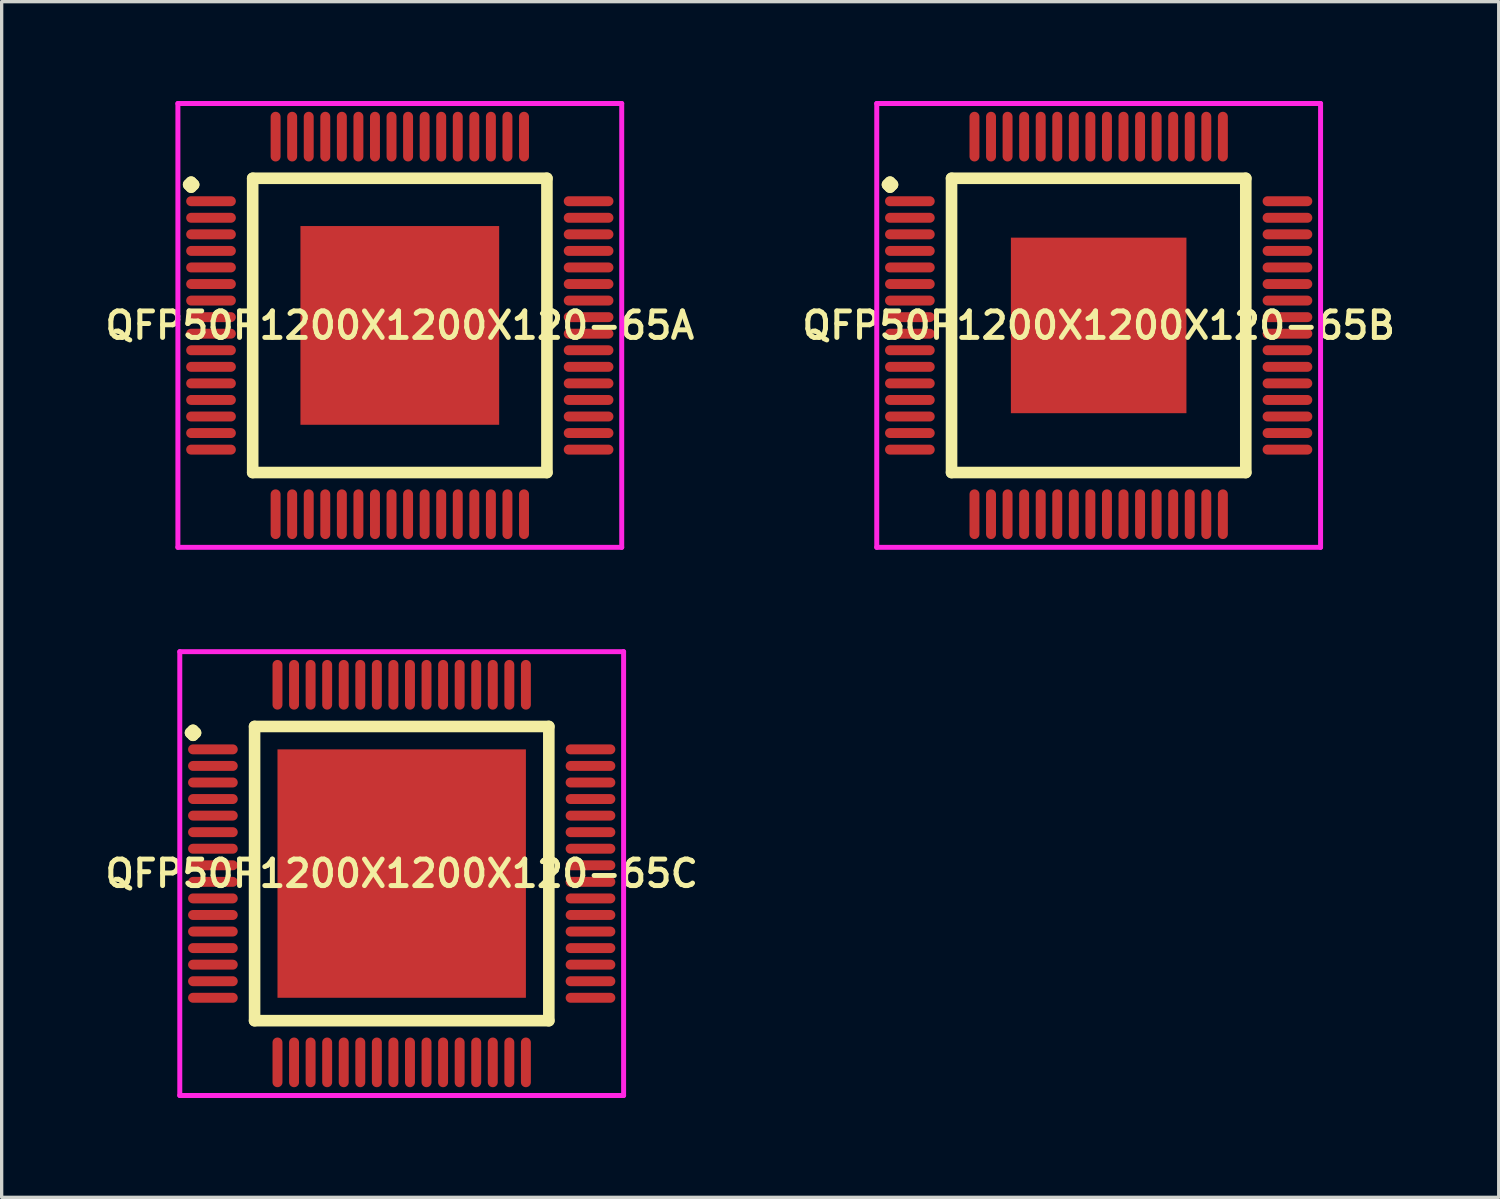
<source format=kicad_pcb>
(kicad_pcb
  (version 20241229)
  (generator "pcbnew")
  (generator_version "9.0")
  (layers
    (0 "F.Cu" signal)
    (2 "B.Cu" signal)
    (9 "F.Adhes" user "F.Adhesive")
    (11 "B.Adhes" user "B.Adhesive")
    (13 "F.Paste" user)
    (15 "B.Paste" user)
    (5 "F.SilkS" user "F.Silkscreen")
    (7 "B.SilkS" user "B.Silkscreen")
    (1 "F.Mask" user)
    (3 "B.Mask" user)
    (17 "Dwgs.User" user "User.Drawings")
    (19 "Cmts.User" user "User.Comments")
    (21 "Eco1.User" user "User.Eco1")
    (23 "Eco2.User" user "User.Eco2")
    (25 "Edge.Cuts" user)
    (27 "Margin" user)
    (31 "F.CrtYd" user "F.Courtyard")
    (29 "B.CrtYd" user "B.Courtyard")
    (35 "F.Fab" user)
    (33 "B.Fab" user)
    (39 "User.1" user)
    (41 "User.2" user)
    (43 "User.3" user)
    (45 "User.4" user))
  (footprint "QFP50P1200X1200X120-65C"
    (layer "F.Cu")
    (at 9.078 23.325)
    (property "Reference" "QFP50P1200X1200X120-65C" (at 0 0 0) (layer "F.SilkS") (effects (font (size 0.8 0.8) (thickness 0.15))))
    (attr smd)
    (fp_line (start -6.375 -4.25) (end -6.3 -4.325) (stroke (width 0.35) (type solid)) (layer "F.SilkS"))
    (fp_line (start -6.3 -4.325) (end -6.225 -4.25) (stroke (width 0.35) (type solid)) (layer "F.SilkS"))
    (fp_line (start -6.3 -4.175) (end -6.375 -4.25) (stroke (width 0.35) (type solid)) (layer "F.SilkS"))
    (fp_line (start -6.225 -4.25) (end -6.3 -4.175) (stroke (width 0.35) (type solid)) (layer "F.SilkS"))
    (fp_line (start -4.442 -4.442) (end -4.442 4.442) (stroke (width 0.35) (type solid)) (layer "F.SilkS"))
    (fp_line (start -4.442 4.442) (end 4.442 4.442) (stroke (width 0.35) (type solid)) (layer "F.SilkS"))
    (fp_line (start 4.442 -4.442) (end -4.442 -4.442) (stroke (width 0.35) (type solid)) (layer "F.SilkS"))
    (fp_line (start 4.442 4.442) (end 4.442 -4.442) (stroke (width 0.35) (type solid)) (layer "F.SilkS"))
    (fp_line (start -6.7 -6.7) (end 6.7 -6.7) (stroke (width 0.15) (type solid)) (layer "F.CrtYd"))
    (fp_line (start -6.7 6.7) (end -6.7 -6.7) (stroke (width 0.15) (type solid)) (layer "F.CrtYd"))
    (fp_line (start 6.7 -6.7) (end 6.7 6.7) (stroke (width 0.15) (type solid)) (layer "F.CrtYd"))
    (fp_line (start 6.7 6.7) (end -6.7 6.7) (stroke (width 0.15) (type solid)) (layer "F.CrtYd"))
    (pad "1" smd oval (at -5.7 -3.75) (size 1.5 0.3) (layers "F.Cu" "F.Mask" "F.Paste"))
    (pad "2" smd oval (at -5.7 -3.25) (size 1.5 0.3) (layers "F.Cu" "F.Mask" "F.Paste"))
    (pad "3" smd oval (at -5.7 -2.75) (size 1.5 0.3) (layers "F.Cu" "F.Mask" "F.Paste"))
    (pad "4" smd oval (at -5.7 -2.25) (size 1.5 0.3) (layers "F.Cu" "F.Mask" "F.Paste"))
    (pad "5" smd oval (at -5.7 -1.75) (size 1.5 0.3) (layers "F.Cu" "F.Mask" "F.Paste"))
    (pad "6" smd oval (at -5.7 -1.25) (size 1.5 0.3) (layers "F.Cu" "F.Mask" "F.Paste"))
    (pad "7" smd oval (at -5.7 -0.75) (size 1.5 0.3) (layers "F.Cu" "F.Mask" "F.Paste"))
    (pad "8" smd oval (at -5.7 -0.25) (size 1.5 0.3) (layers "F.Cu" "F.Mask" "F.Paste"))
    (pad "9" smd oval (at -5.7 0.25) (size 1.5 0.3) (layers "F.Cu" "F.Mask" "F.Paste"))
    (pad "10" smd oval (at -5.7 0.75) (size 1.5 0.3) (layers "F.Cu" "F.Mask" "F.Paste"))
    (pad "11" smd oval (at -5.7 1.25) (size 1.5 0.3) (layers "F.Cu" "F.Mask" "F.Paste"))
    (pad "12" smd oval (at -5.7 1.75) (size 1.5 0.3) (layers "F.Cu" "F.Mask" "F.Paste"))
    (pad "13" smd oval (at -5.7 2.25) (size 1.5 0.3) (layers "F.Cu" "F.Mask" "F.Paste"))
    (pad "14" smd oval (at -5.7 2.75) (size 1.5 0.3) (layers "F.Cu" "F.Mask" "F.Paste"))
    (pad "15" smd oval (at -5.7 3.25) (size 1.5 0.3) (layers "F.Cu" "F.Mask" "F.Paste"))
    (pad "16" smd oval (at -5.7 3.75) (size 1.5 0.3) (layers "F.Cu" "F.Mask" "F.Paste"))
    (pad "17" smd oval (at -3.75 5.7) (size 0.3 1.5) (layers "F.Cu" "F.Mask" "F.Paste"))
    (pad "18" smd oval (at -3.25 5.7) (size 0.3 1.5) (layers "F.Cu" "F.Mask" "F.Paste"))
    (pad "19" smd oval (at -2.75 5.7) (size 0.3 1.5) (layers "F.Cu" "F.Mask" "F.Paste"))
    (pad "20" smd oval (at -2.25 5.7) (size 0.3 1.5) (layers "F.Cu" "F.Mask" "F.Paste"))
    (pad "21" smd oval (at -1.75 5.7) (size 0.3 1.5) (layers "F.Cu" "F.Mask" "F.Paste"))
    (pad "22" smd oval (at -1.25 5.7) (size 0.3 1.5) (layers "F.Cu" "F.Mask" "F.Paste"))
    (pad "23" smd oval (at -0.75 5.7) (size 0.3 1.5) (layers "F.Cu" "F.Mask" "F.Paste"))
    (pad "24" smd oval (at -0.25 5.7) (size 0.3 1.5) (layers "F.Cu" "F.Mask" "F.Paste"))
    (pad "25" smd oval (at 0.25 5.7) (size 0.3 1.5) (layers "F.Cu" "F.Mask" "F.Paste"))
    (pad "26" smd oval (at 0.75 5.7) (size 0.3 1.5) (layers "F.Cu" "F.Mask" "F.Paste"))
    (pad "27" smd oval (at 1.25 5.7) (size 0.3 1.5) (layers "F.Cu" "F.Mask" "F.Paste"))
    (pad "28" smd oval (at 1.75 5.7) (size 0.3 1.5) (layers "F.Cu" "F.Mask" "F.Paste"))
    (pad "29" smd oval (at 2.25 5.7) (size 0.3 1.5) (layers "F.Cu" "F.Mask" "F.Paste"))
    (pad "30" smd oval (at 2.75 5.7) (size 0.3 1.5) (layers "F.Cu" "F.Mask" "F.Paste"))
    (pad "31" smd oval (at 3.25 5.7) (size 0.3 1.5) (layers "F.Cu" "F.Mask" "F.Paste"))
    (pad "32" smd oval (at 3.75 5.7) (size 0.3 1.5) (layers "F.Cu" "F.Mask" "F.Paste"))
    (pad "33" smd oval (at 5.7 3.75) (size 1.5 0.3) (layers "F.Cu" "F.Mask" "F.Paste"))
    (pad "34" smd oval (at 5.7 3.25) (size 1.5 0.3) (layers "F.Cu" "F.Mask" "F.Paste"))
    (pad "35" smd oval (at 5.7 2.75) (size 1.5 0.3) (layers "F.Cu" "F.Mask" "F.Paste"))
    (pad "36" smd oval (at 5.7 2.25) (size 1.5 0.3) (layers "F.Cu" "F.Mask" "F.Paste"))
    (pad "37" smd oval (at 5.7 1.75) (size 1.5 0.3) (layers "F.Cu" "F.Mask" "F.Paste"))
    (pad "38" smd oval (at 5.7 1.25) (size 1.5 0.3) (layers "F.Cu" "F.Mask" "F.Paste"))
    (pad "39" smd oval (at 5.7 0.75) (size 1.5 0.3) (layers "F.Cu" "F.Mask" "F.Paste"))
    (pad "40" smd oval (at 5.7 0.25) (size 1.5 0.3) (layers "F.Cu" "F.Mask" "F.Paste"))
    (pad "41" smd oval (at 5.7 -0.25) (size 1.5 0.3) (layers "F.Cu" "F.Mask" "F.Paste"))
    (pad "42" smd oval (at 5.7 -0.75) (size 1.5 0.3) (layers "F.Cu" "F.Mask" "F.Paste"))
    (pad "43" smd oval (at 5.7 -1.25) (size 1.5 0.3) (layers "F.Cu" "F.Mask" "F.Paste"))
    (pad "44" smd oval (at 5.7 -1.75) (size 1.5 0.3) (layers "F.Cu" "F.Mask" "F.Paste"))
    (pad "45" smd oval (at 5.7 -2.25) (size 1.5 0.3) (layers "F.Cu" "F.Mask" "F.Paste"))
    (pad "46" smd oval (at 5.7 -2.75) (size 1.5 0.3) (layers "F.Cu" "F.Mask" "F.Paste"))
    (pad "47" smd oval (at 5.7 -3.25) (size 1.5 0.3) (layers "F.Cu" "F.Mask" "F.Paste"))
    (pad "48" smd oval (at 5.7 -3.75) (size 1.5 0.3) (layers "F.Cu" "F.Mask" "F.Paste"))
    (pad "49" smd oval (at 3.75 -5.7) (size 0.3 1.5) (layers "F.Cu" "F.Mask" "F.Paste"))
    (pad "50" smd oval (at 3.25 -5.7) (size 0.3 1.5) (layers "F.Cu" "F.Mask" "F.Paste"))
    (pad "51" smd oval (at 2.75 -5.7) (size 0.3 1.5) (layers "F.Cu" "F.Mask" "F.Paste"))
    (pad "52" smd oval (at 2.25 -5.7) (size 0.3 1.5) (layers "F.Cu" "F.Mask" "F.Paste"))
    (pad "53" smd oval (at 1.75 -5.7) (size 0.3 1.5) (layers "F.Cu" "F.Mask" "F.Paste"))
    (pad "54" smd oval (at 1.25 -5.7) (size 0.3 1.5) (layers "F.Cu" "F.Mask" "F.Paste"))
    (pad "55" smd oval (at 0.75 -5.7) (size 0.3 1.5) (layers "F.Cu" "F.Mask" "F.Paste"))
    (pad "56" smd oval (at 0.25 -5.7) (size 0.3 1.5) (layers "F.Cu" "F.Mask" "F.Paste"))
    (pad "57" smd oval (at -0.25 -5.7) (size 0.3 1.5) (layers "F.Cu" "F.Mask" "F.Paste"))
    (pad "58" smd oval (at -0.75 -5.7) (size 0.3 1.5) (layers "F.Cu" "F.Mask" "F.Paste"))
    (pad "59" smd oval (at -1.25 -5.7) (size 0.3 1.5) (layers "F.Cu" "F.Mask" "F.Paste"))
    (pad "60" smd oval (at -1.75 -5.7) (size 0.3 1.5) (layers "F.Cu" "F.Mask" "F.Paste"))
    (pad "61" smd oval (at -2.25 -5.7) (size 0.3 1.5) (layers "F.Cu" "F.Mask" "F.Paste"))
    (pad "62" smd oval (at -2.75 -5.7) (size 0.3 1.5) (layers "F.Cu" "F.Mask" "F.Paste"))
    (pad "63" smd oval (at -3.25 -5.7) (size 0.3 1.5) (layers "F.Cu" "F.Mask" "F.Paste"))
    (pad "64" smd oval (at -3.75 -5.7) (size 0.3 1.5) (layers "F.Cu" "F.Mask" "F.Paste"))
    (pad "65" smd rect (at 0 0) (size 7.5 7.5) (layers "F.Cu" "F.Mask" "F.Paste")))
  (footprint "QFP50P1200X1200X120-65A"
    (layer "F.Cu")
    (at 9.021 6.775)
    (property "Reference" "QFP50P1200X1200X120-65A" (at 0 0 0) (layer "F.SilkS") (effects (font (size 0.8 0.8) (thickness 0.15))))
    (attr smd)
    (fp_line (start -6.375 -4.25) (end -6.3 -4.325) (stroke (width 0.35) (type solid)) (layer "F.SilkS"))
    (fp_line (start -6.3 -4.325) (end -6.225 -4.25) (stroke (width 0.35) (type solid)) (layer "F.SilkS"))
    (fp_line (start -6.3 -4.175) (end -6.375 -4.25) (stroke (width 0.35) (type solid)) (layer "F.SilkS"))
    (fp_line (start -6.225 -4.25) (end -6.3 -4.175) (stroke (width 0.35) (type solid)) (layer "F.SilkS"))
    (fp_line (start -4.442 -4.442) (end -4.442 4.442) (stroke (width 0.35) (type solid)) (layer "F.SilkS"))
    (fp_line (start -4.442 4.442) (end 4.442 4.442) (stroke (width 0.35) (type solid)) (layer "F.SilkS"))
    (fp_line (start 4.442 -4.442) (end -4.442 -4.442) (stroke (width 0.35) (type solid)) (layer "F.SilkS"))
    (fp_line (start 4.442 4.442) (end 4.442 -4.442) (stroke (width 0.35) (type solid)) (layer "F.SilkS"))
    (fp_line (start -6.7 -6.7) (end 6.7 -6.7) (stroke (width 0.15) (type solid)) (layer "F.CrtYd"))
    (fp_line (start -6.7 6.7) (end -6.7 -6.7) (stroke (width 0.15) (type solid)) (layer "F.CrtYd"))
    (fp_line (start 6.7 -6.7) (end 6.7 6.7) (stroke (width 0.15) (type solid)) (layer "F.CrtYd"))
    (fp_line (start 6.7 6.7) (end -6.7 6.7) (stroke (width 0.15) (type solid)) (layer "F.CrtYd"))
    (pad "1" smd oval (at -5.7 -3.75) (size 1.5 0.3) (layers "F.Cu" "F.Mask" "F.Paste"))
    (pad "2" smd oval (at -5.7 -3.25) (size 1.5 0.3) (layers "F.Cu" "F.Mask" "F.Paste"))
    (pad "3" smd oval (at -5.7 -2.75) (size 1.5 0.3) (layers "F.Cu" "F.Mask" "F.Paste"))
    (pad "4" smd oval (at -5.7 -2.25) (size 1.5 0.3) (layers "F.Cu" "F.Mask" "F.Paste"))
    (pad "5" smd oval (at -5.7 -1.75) (size 1.5 0.3) (layers "F.Cu" "F.Mask" "F.Paste"))
    (pad "6" smd oval (at -5.7 -1.25) (size 1.5 0.3) (layers "F.Cu" "F.Mask" "F.Paste"))
    (pad "7" smd oval (at -5.7 -0.75) (size 1.5 0.3) (layers "F.Cu" "F.Mask" "F.Paste"))
    (pad "8" smd oval (at -5.7 -0.25) (size 1.5 0.3) (layers "F.Cu" "F.Mask" "F.Paste"))
    (pad "9" smd oval (at -5.7 0.25) (size 1.5 0.3) (layers "F.Cu" "F.Mask" "F.Paste"))
    (pad "10" smd oval (at -5.7 0.75) (size 1.5 0.3) (layers "F.Cu" "F.Mask" "F.Paste"))
    (pad "11" smd oval (at -5.7 1.25) (size 1.5 0.3) (layers "F.Cu" "F.Mask" "F.Paste"))
    (pad "12" smd oval (at -5.7 1.75) (size 1.5 0.3) (layers "F.Cu" "F.Mask" "F.Paste"))
    (pad "13" smd oval (at -5.7 2.25) (size 1.5 0.3) (layers "F.Cu" "F.Mask" "F.Paste"))
    (pad "14" smd oval (at -5.7 2.75) (size 1.5 0.3) (layers "F.Cu" "F.Mask" "F.Paste"))
    (pad "15" smd oval (at -5.7 3.25) (size 1.5 0.3) (layers "F.Cu" "F.Mask" "F.Paste"))
    (pad "16" smd oval (at -5.7 3.75) (size 1.5 0.3) (layers "F.Cu" "F.Mask" "F.Paste"))
    (pad "17" smd oval (at -3.75 5.7) (size 0.3 1.5) (layers "F.Cu" "F.Mask" "F.Paste"))
    (pad "18" smd oval (at -3.25 5.7) (size 0.3 1.5) (layers "F.Cu" "F.Mask" "F.Paste"))
    (pad "19" smd oval (at -2.75 5.7) (size 0.3 1.5) (layers "F.Cu" "F.Mask" "F.Paste"))
    (pad "20" smd oval (at -2.25 5.7) (size 0.3 1.5) (layers "F.Cu" "F.Mask" "F.Paste"))
    (pad "21" smd oval (at -1.75 5.7) (size 0.3 1.5) (layers "F.Cu" "F.Mask" "F.Paste"))
    (pad "22" smd oval (at -1.25 5.7) (size 0.3 1.5) (layers "F.Cu" "F.Mask" "F.Paste"))
    (pad "23" smd oval (at -0.75 5.7) (size 0.3 1.5) (layers "F.Cu" "F.Mask" "F.Paste"))
    (pad "24" smd oval (at -0.25 5.7) (size 0.3 1.5) (layers "F.Cu" "F.Mask" "F.Paste"))
    (pad "25" smd oval (at 0.25 5.7) (size 0.3 1.5) (layers "F.Cu" "F.Mask" "F.Paste"))
    (pad "26" smd oval (at 0.75 5.7) (size 0.3 1.5) (layers "F.Cu" "F.Mask" "F.Paste"))
    (pad "27" smd oval (at 1.25 5.7) (size 0.3 1.5) (layers "F.Cu" "F.Mask" "F.Paste"))
    (pad "28" smd oval (at 1.75 5.7) (size 0.3 1.5) (layers "F.Cu" "F.Mask" "F.Paste"))
    (pad "29" smd oval (at 2.25 5.7) (size 0.3 1.5) (layers "F.Cu" "F.Mask" "F.Paste"))
    (pad "30" smd oval (at 2.75 5.7) (size 0.3 1.5) (layers "F.Cu" "F.Mask" "F.Paste"))
    (pad "31" smd oval (at 3.25 5.7) (size 0.3 1.5) (layers "F.Cu" "F.Mask" "F.Paste"))
    (pad "32" smd oval (at 3.75 5.7) (size 0.3 1.5) (layers "F.Cu" "F.Mask" "F.Paste"))
    (pad "33" smd oval (at 5.7 3.75) (size 1.5 0.3) (layers "F.Cu" "F.Mask" "F.Paste"))
    (pad "34" smd oval (at 5.7 3.25) (size 1.5 0.3) (layers "F.Cu" "F.Mask" "F.Paste"))
    (pad "35" smd oval (at 5.7 2.75) (size 1.5 0.3) (layers "F.Cu" "F.Mask" "F.Paste"))
    (pad "36" smd oval (at 5.7 2.25) (size 1.5 0.3) (layers "F.Cu" "F.Mask" "F.Paste"))
    (pad "37" smd oval (at 5.7 1.75) (size 1.5 0.3) (layers "F.Cu" "F.Mask" "F.Paste"))
    (pad "38" smd oval (at 5.7 1.25) (size 1.5 0.3) (layers "F.Cu" "F.Mask" "F.Paste"))
    (pad "39" smd oval (at 5.7 0.75) (size 1.5 0.3) (layers "F.Cu" "F.Mask" "F.Paste"))
    (pad "40" smd oval (at 5.7 0.25) (size 1.5 0.3) (layers "F.Cu" "F.Mask" "F.Paste"))
    (pad "41" smd oval (at 5.7 -0.25) (size 1.5 0.3) (layers "F.Cu" "F.Mask" "F.Paste"))
    (pad "42" smd oval (at 5.7 -0.75) (size 1.5 0.3) (layers "F.Cu" "F.Mask" "F.Paste"))
    (pad "43" smd oval (at 5.7 -1.25) (size 1.5 0.3) (layers "F.Cu" "F.Mask" "F.Paste"))
    (pad "44" smd oval (at 5.7 -1.75) (size 1.5 0.3) (layers "F.Cu" "F.Mask" "F.Paste"))
    (pad "45" smd oval (at 5.7 -2.25) (size 1.5 0.3) (layers "F.Cu" "F.Mask" "F.Paste"))
    (pad "46" smd oval (at 5.7 -2.75) (size 1.5 0.3) (layers "F.Cu" "F.Mask" "F.Paste"))
    (pad "47" smd oval (at 5.7 -3.25) (size 1.5 0.3) (layers "F.Cu" "F.Mask" "F.Paste"))
    (pad "48" smd oval (at 5.7 -3.75) (size 1.5 0.3) (layers "F.Cu" "F.Mask" "F.Paste"))
    (pad "49" smd oval (at 3.75 -5.7) (size 0.3 1.5) (layers "F.Cu" "F.Mask" "F.Paste"))
    (pad "50" smd oval (at 3.25 -5.7) (size 0.3 1.5) (layers "F.Cu" "F.Mask" "F.Paste"))
    (pad "51" smd oval (at 2.75 -5.7) (size 0.3 1.5) (layers "F.Cu" "F.Mask" "F.Paste"))
    (pad "52" smd oval (at 2.25 -5.7) (size 0.3 1.5) (layers "F.Cu" "F.Mask" "F.Paste"))
    (pad "53" smd oval (at 1.75 -5.7) (size 0.3 1.5) (layers "F.Cu" "F.Mask" "F.Paste"))
    (pad "54" smd oval (at 1.25 -5.7) (size 0.3 1.5) (layers "F.Cu" "F.Mask" "F.Paste"))
    (pad "55" smd oval (at 0.75 -5.7) (size 0.3 1.5) (layers "F.Cu" "F.Mask" "F.Paste"))
    (pad "56" smd oval (at 0.25 -5.7) (size 0.3 1.5) (layers "F.Cu" "F.Mask" "F.Paste"))
    (pad "57" smd oval (at -0.25 -5.7) (size 0.3 1.5) (layers "F.Cu" "F.Mask" "F.Paste"))
    (pad "58" smd oval (at -0.75 -5.7) (size 0.3 1.5) (layers "F.Cu" "F.Mask" "F.Paste"))
    (pad "59" smd oval (at -1.25 -5.7) (size 0.3 1.5) (layers "F.Cu" "F.Mask" "F.Paste"))
    (pad "60" smd oval (at -1.75 -5.7) (size 0.3 1.5) (layers "F.Cu" "F.Mask" "F.Paste"))
    (pad "61" smd oval (at -2.25 -5.7) (size 0.3 1.5) (layers "F.Cu" "F.Mask" "F.Paste"))
    (pad "62" smd oval (at -2.75 -5.7) (size 0.3 1.5) (layers "F.Cu" "F.Mask" "F.Paste"))
    (pad "63" smd oval (at -3.25 -5.7) (size 0.3 1.5) (layers "F.Cu" "F.Mask" "F.Paste"))
    (pad "64" smd oval (at -3.75 -5.7) (size 0.3 1.5) (layers "F.Cu" "F.Mask" "F.Paste"))
    (pad "65" smd rect (at 0 0) (size 6 6) (layers "F.Cu" "F.Mask" "F.Paste")))
  (footprint "QFP50P1200X1200X120-65B"
    (layer "F.Cu")
    (at 30.121 6.775)
    (property "Reference" "QFP50P1200X1200X120-65B" (at 0 0 0) (layer "F.SilkS") (effects (font (size 0.8 0.8) (thickness 0.15))))
    (attr smd)
    (fp_line (start -6.375 -4.25) (end -6.3 -4.325) (stroke (width 0.35) (type solid)) (layer "F.SilkS"))
    (fp_line (start -6.3 -4.325) (end -6.225 -4.25) (stroke (width 0.35) (type solid)) (layer "F.SilkS"))
    (fp_line (start -6.3 -4.175) (end -6.375 -4.25) (stroke (width 0.35) (type solid)) (layer "F.SilkS"))
    (fp_line (start -6.225 -4.25) (end -6.3 -4.175) (stroke (width 0.35) (type solid)) (layer "F.SilkS"))
    (fp_line (start -4.442 -4.442) (end -4.442 4.442) (stroke (width 0.35) (type solid)) (layer "F.SilkS"))
    (fp_line (start -4.442 4.442) (end 4.442 4.442) (stroke (width 0.35) (type solid)) (layer "F.SilkS"))
    (fp_line (start 4.442 -4.442) (end -4.442 -4.442) (stroke (width 0.35) (type solid)) (layer "F.SilkS"))
    (fp_line (start 4.442 4.442) (end 4.442 -4.442) (stroke (width 0.35) (type solid)) (layer "F.SilkS"))
    (fp_line (start -6.7 -6.7) (end 6.7 -6.7) (stroke (width 0.15) (type solid)) (layer "F.CrtYd"))
    (fp_line (start -6.7 6.7) (end -6.7 -6.7) (stroke (width 0.15) (type solid)) (layer "F.CrtYd"))
    (fp_line (start 6.7 -6.7) (end 6.7 6.7) (stroke (width 0.15) (type solid)) (layer "F.CrtYd"))
    (fp_line (start 6.7 6.7) (end -6.7 6.7) (stroke (width 0.15) (type solid)) (layer "F.CrtYd"))
    (pad "1" smd oval (at -5.7 -3.75) (size 1.5 0.3) (layers "F.Cu" "F.Mask" "F.Paste"))
    (pad "2" smd oval (at -5.7 -3.25) (size 1.5 0.3) (layers "F.Cu" "F.Mask" "F.Paste"))
    (pad "3" smd oval (at -5.7 -2.75) (size 1.5 0.3) (layers "F.Cu" "F.Mask" "F.Paste"))
    (pad "4" smd oval (at -5.7 -2.25) (size 1.5 0.3) (layers "F.Cu" "F.Mask" "F.Paste"))
    (pad "5" smd oval (at -5.7 -1.75) (size 1.5 0.3) (layers "F.Cu" "F.Mask" "F.Paste"))
    (pad "6" smd oval (at -5.7 -1.25) (size 1.5 0.3) (layers "F.Cu" "F.Mask" "F.Paste"))
    (pad "7" smd oval (at -5.7 -0.75) (size 1.5 0.3) (layers "F.Cu" "F.Mask" "F.Paste"))
    (pad "8" smd oval (at -5.7 -0.25) (size 1.5 0.3) (layers "F.Cu" "F.Mask" "F.Paste"))
    (pad "9" smd oval (at -5.7 0.25) (size 1.5 0.3) (layers "F.Cu" "F.Mask" "F.Paste"))
    (pad "10" smd oval (at -5.7 0.75) (size 1.5 0.3) (layers "F.Cu" "F.Mask" "F.Paste"))
    (pad "11" smd oval (at -5.7 1.25) (size 1.5 0.3) (layers "F.Cu" "F.Mask" "F.Paste"))
    (pad "12" smd oval (at -5.7 1.75) (size 1.5 0.3) (layers "F.Cu" "F.Mask" "F.Paste"))
    (pad "13" smd oval (at -5.7 2.25) (size 1.5 0.3) (layers "F.Cu" "F.Mask" "F.Paste"))
    (pad "14" smd oval (at -5.7 2.75) (size 1.5 0.3) (layers "F.Cu" "F.Mask" "F.Paste"))
    (pad "15" smd oval (at -5.7 3.25) (size 1.5 0.3) (layers "F.Cu" "F.Mask" "F.Paste"))
    (pad "16" smd oval (at -5.7 3.75) (size 1.5 0.3) (layers "F.Cu" "F.Mask" "F.Paste"))
    (pad "17" smd oval (at -3.75 5.7) (size 0.3 1.5) (layers "F.Cu" "F.Mask" "F.Paste"))
    (pad "18" smd oval (at -3.25 5.7) (size 0.3 1.5) (layers "F.Cu" "F.Mask" "F.Paste"))
    (pad "19" smd oval (at -2.75 5.7) (size 0.3 1.5) (layers "F.Cu" "F.Mask" "F.Paste"))
    (pad "20" smd oval (at -2.25 5.7) (size 0.3 1.5) (layers "F.Cu" "F.Mask" "F.Paste"))
    (pad "21" smd oval (at -1.75 5.7) (size 0.3 1.5) (layers "F.Cu" "F.Mask" "F.Paste"))
    (pad "22" smd oval (at -1.25 5.7) (size 0.3 1.5) (layers "F.Cu" "F.Mask" "F.Paste"))
    (pad "23" smd oval (at -0.75 5.7) (size 0.3 1.5) (layers "F.Cu" "F.Mask" "F.Paste"))
    (pad "24" smd oval (at -0.25 5.7) (size 0.3 1.5) (layers "F.Cu" "F.Mask" "F.Paste"))
    (pad "25" smd oval (at 0.25 5.7) (size 0.3 1.5) (layers "F.Cu" "F.Mask" "F.Paste"))
    (pad "26" smd oval (at 0.75 5.7) (size 0.3 1.5) (layers "F.Cu" "F.Mask" "F.Paste"))
    (pad "27" smd oval (at 1.25 5.7) (size 0.3 1.5) (layers "F.Cu" "F.Mask" "F.Paste"))
    (pad "28" smd oval (at 1.75 5.7) (size 0.3 1.5) (layers "F.Cu" "F.Mask" "F.Paste"))
    (pad "29" smd oval (at 2.25 5.7) (size 0.3 1.5) (layers "F.Cu" "F.Mask" "F.Paste"))
    (pad "30" smd oval (at 2.75 5.7) (size 0.3 1.5) (layers "F.Cu" "F.Mask" "F.Paste"))
    (pad "31" smd oval (at 3.25 5.7) (size 0.3 1.5) (layers "F.Cu" "F.Mask" "F.Paste"))
    (pad "32" smd oval (at 3.75 5.7) (size 0.3 1.5) (layers "F.Cu" "F.Mask" "F.Paste"))
    (pad "33" smd oval (at 5.7 3.75) (size 1.5 0.3) (layers "F.Cu" "F.Mask" "F.Paste"))
    (pad "34" smd oval (at 5.7 3.25) (size 1.5 0.3) (layers "F.Cu" "F.Mask" "F.Paste"))
    (pad "35" smd oval (at 5.7 2.75) (size 1.5 0.3) (layers "F.Cu" "F.Mask" "F.Paste"))
    (pad "36" smd oval (at 5.7 2.25) (size 1.5 0.3) (layers "F.Cu" "F.Mask" "F.Paste"))
    (pad "37" smd oval (at 5.7 1.75) (size 1.5 0.3) (layers "F.Cu" "F.Mask" "F.Paste"))
    (pad "38" smd oval (at 5.7 1.25) (size 1.5 0.3) (layers "F.Cu" "F.Mask" "F.Paste"))
    (pad "39" smd oval (at 5.7 0.75) (size 1.5 0.3) (layers "F.Cu" "F.Mask" "F.Paste"))
    (pad "40" smd oval (at 5.7 0.25) (size 1.5 0.3) (layers "F.Cu" "F.Mask" "F.Paste"))
    (pad "41" smd oval (at 5.7 -0.25) (size 1.5 0.3) (layers "F.Cu" "F.Mask" "F.Paste"))
    (pad "42" smd oval (at 5.7 -0.75) (size 1.5 0.3) (layers "F.Cu" "F.Mask" "F.Paste"))
    (pad "43" smd oval (at 5.7 -1.25) (size 1.5 0.3) (layers "F.Cu" "F.Mask" "F.Paste"))
    (pad "44" smd oval (at 5.7 -1.75) (size 1.5 0.3) (layers "F.Cu" "F.Mask" "F.Paste"))
    (pad "45" smd oval (at 5.7 -2.25) (size 1.5 0.3) (layers "F.Cu" "F.Mask" "F.Paste"))
    (pad "46" smd oval (at 5.7 -2.75) (size 1.5 0.3) (layers "F.Cu" "F.Mask" "F.Paste"))
    (pad "47" smd oval (at 5.7 -3.25) (size 1.5 0.3) (layers "F.Cu" "F.Mask" "F.Paste"))
    (pad "48" smd oval (at 5.7 -3.75) (size 1.5 0.3) (layers "F.Cu" "F.Mask" "F.Paste"))
    (pad "49" smd oval (at 3.75 -5.7) (size 0.3 1.5) (layers "F.Cu" "F.Mask" "F.Paste"))
    (pad "50" smd oval (at 3.25 -5.7) (size 0.3 1.5) (layers "F.Cu" "F.Mask" "F.Paste"))
    (pad "51" smd oval (at 2.75 -5.7) (size 0.3 1.5) (layers "F.Cu" "F.Mask" "F.Paste"))
    (pad "52" smd oval (at 2.25 -5.7) (size 0.3 1.5) (layers "F.Cu" "F.Mask" "F.Paste"))
    (pad "53" smd oval (at 1.75 -5.7) (size 0.3 1.5) (layers "F.Cu" "F.Mask" "F.Paste"))
    (pad "54" smd oval (at 1.25 -5.7) (size 0.3 1.5) (layers "F.Cu" "F.Mask" "F.Paste"))
    (pad "55" smd oval (at 0.75 -5.7) (size 0.3 1.5) (layers "F.Cu" "F.Mask" "F.Paste"))
    (pad "56" smd oval (at 0.25 -5.7) (size 0.3 1.5) (layers "F.Cu" "F.Mask" "F.Paste"))
    (pad "57" smd oval (at -0.25 -5.7) (size 0.3 1.5) (layers "F.Cu" "F.Mask" "F.Paste"))
    (pad "58" smd oval (at -0.75 -5.7) (size 0.3 1.5) (layers "F.Cu" "F.Mask" "F.Paste"))
    (pad "59" smd oval (at -1.25 -5.7) (size 0.3 1.5) (layers "F.Cu" "F.Mask" "F.Paste"))
    (pad "60" smd oval (at -1.75 -5.7) (size 0.3 1.5) (layers "F.Cu" "F.Mask" "F.Paste"))
    (pad "61" smd oval (at -2.25 -5.7) (size 0.3 1.5) (layers "F.Cu" "F.Mask" "F.Paste"))
    (pad "62" smd oval (at -2.75 -5.7) (size 0.3 1.5) (layers "F.Cu" "F.Mask" "F.Paste"))
    (pad "63" smd oval (at -3.25 -5.7) (size 0.3 1.5) (layers "F.Cu" "F.Mask" "F.Paste"))
    (pad "64" smd oval (at -3.75 -5.7) (size 0.3 1.5) (layers "F.Cu" "F.Mask" "F.Paste"))
    (pad "65" smd rect (at 0 0) (size 5.3 5.3) (layers "F.Cu" "F.Mask" "F.Paste")))
  (gr_rect
    (start -3 -3)
    (end 42.199 33.1)
    (stroke (width 0.1) (type default))
    (fill no)
    (layer "Edge.Cuts")))
</source>
